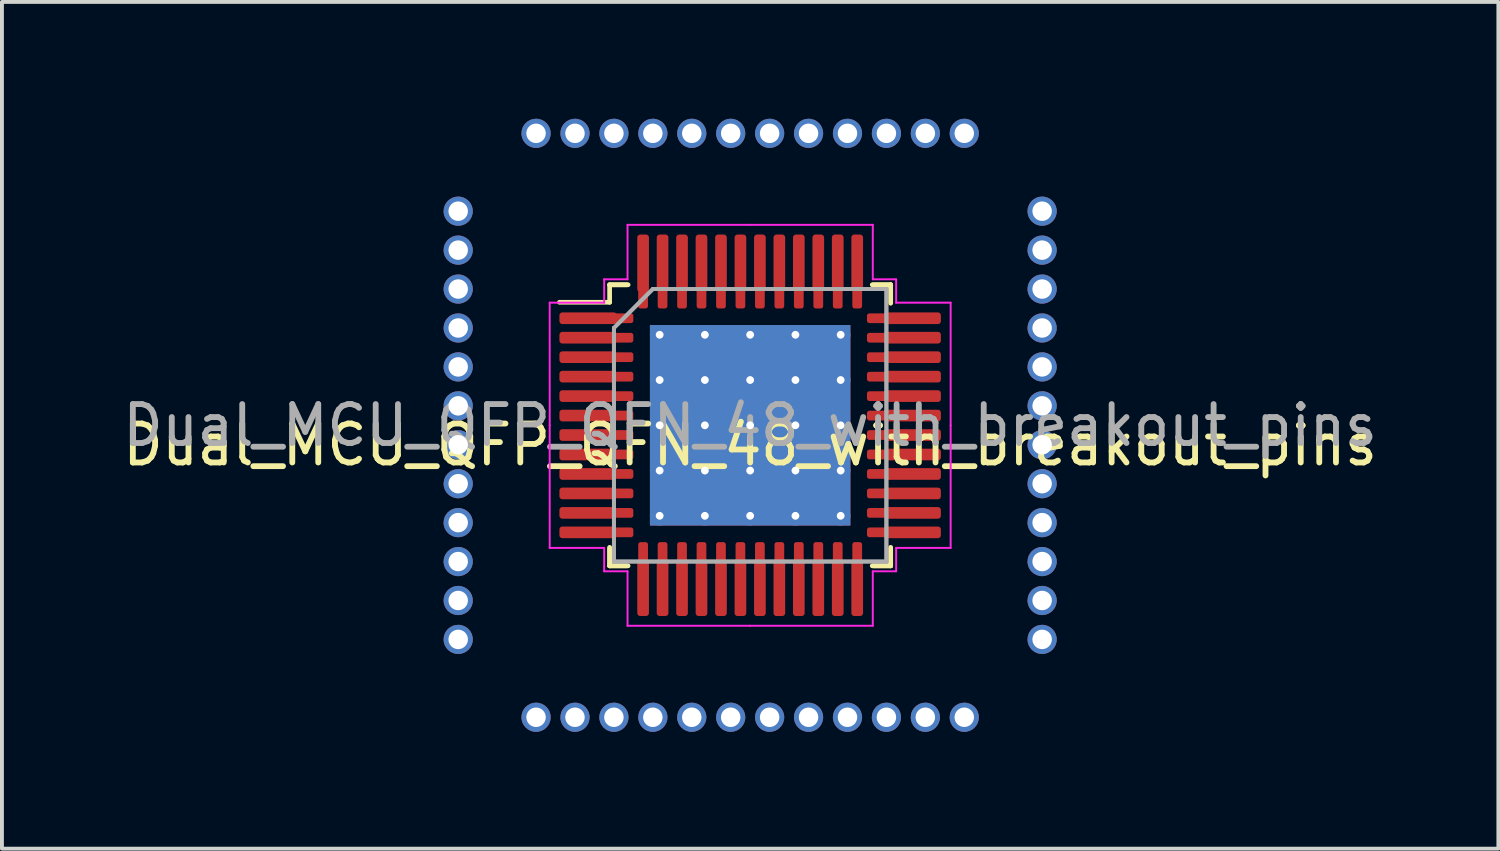
<source format=kicad_pcb>
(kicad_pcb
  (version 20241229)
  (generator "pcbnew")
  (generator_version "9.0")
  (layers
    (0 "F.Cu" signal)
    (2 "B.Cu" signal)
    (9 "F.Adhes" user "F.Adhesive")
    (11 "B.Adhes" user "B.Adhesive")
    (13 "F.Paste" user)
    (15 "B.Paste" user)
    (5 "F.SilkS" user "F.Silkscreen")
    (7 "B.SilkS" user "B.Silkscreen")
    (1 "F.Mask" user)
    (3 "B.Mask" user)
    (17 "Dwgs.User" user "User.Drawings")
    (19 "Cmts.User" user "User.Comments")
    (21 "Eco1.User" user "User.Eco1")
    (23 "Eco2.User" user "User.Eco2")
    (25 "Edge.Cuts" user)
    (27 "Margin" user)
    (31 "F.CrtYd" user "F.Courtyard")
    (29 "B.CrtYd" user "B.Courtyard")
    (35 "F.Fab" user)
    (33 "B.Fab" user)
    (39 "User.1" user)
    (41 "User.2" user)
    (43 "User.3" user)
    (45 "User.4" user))
  (footprint "Dual_MCU_QFP_QFN_48_with_breakout_pins"
    (layer "F.Cu")
    (at 16.22 7.875)
    (property "Reference" "Dual_MCU_QFP_QFN_48_with_breakout_pins" (at 0 0.5 0) (layer "F.SilkS") (effects (font (size 1 1) (thickness 0.15))))
    (attr through_hole)
    (fp_line (start -3.61 -3.61) (end -3.61 -3.16) (stroke (width 0.12) (type solid)) (layer "F.SilkS"))
    (fp_line (start -3.61 -3.16) (end -4.9 -3.16) (stroke (width 0.12) (type solid)) (layer "F.SilkS"))
    (fp_line (start -3.61 3.61) (end -3.61 3.135) (stroke (width 0.12) (type solid)) (layer "F.SilkS"))
    (fp_line (start -3.61 3.61) (end -3.61 3.16) (stroke (width 0.12) (type solid)) (layer "F.SilkS"))
    (fp_line (start -3.16 -3.61) (end -3.61 -3.61) (stroke (width 0.12) (type solid)) (layer "F.SilkS"))
    (fp_line (start -3.16 3.61) (end -3.61 3.61) (stroke (width 0.12) (type solid)) (layer "F.SilkS"))
    (fp_line (start -3.135 -3.61) (end -3.61 -3.61) (stroke (width 0.12) (type solid)) (layer "F.SilkS"))
    (fp_line (start -3.135 3.61) (end -3.61 3.61) (stroke (width 0.12) (type solid)) (layer "F.SilkS"))
    (fp_line (start 3.135 -3.61) (end 3.61 -3.61) (stroke (width 0.12) (type solid)) (layer "F.SilkS"))
    (fp_line (start 3.135 3.61) (end 3.61 3.61) (stroke (width 0.12) (type solid)) (layer "F.SilkS"))
    (fp_line (start 3.16 -3.61) (end 3.61 -3.61) (stroke (width 0.12) (type solid)) (layer "F.SilkS"))
    (fp_line (start 3.16 3.61) (end 3.61 3.61) (stroke (width 0.12) (type solid)) (layer "F.SilkS"))
    (fp_line (start 3.61 -3.61) (end 3.61 -3.16) (stroke (width 0.12) (type solid)) (layer "F.SilkS"))
    (fp_line (start 3.61 -3.61) (end 3.61 -3.135) (stroke (width 0.12) (type solid)) (layer "F.SilkS"))
    (fp_line (start 3.61 3.61) (end 3.61 3.135) (stroke (width 0.12) (type solid)) (layer "F.SilkS"))
    (fp_line (start 3.61 3.61) (end 3.61 3.16) (stroke (width 0.12) (type solid)) (layer "F.SilkS"))
    (fp_line (start -5.15 -3.15) (end -5.15 0) (stroke (width 0.05) (type solid)) (layer "F.CrtYd"))
    (fp_line (start -5.15 3.15) (end -5.15 0) (stroke (width 0.05) (type solid)) (layer "F.CrtYd"))
    (fp_line (start -3.75 -3.75) (end -3.75 -3.15) (stroke (width 0.05) (type solid)) (layer "F.CrtYd"))
    (fp_line (start -3.75 -3.15) (end -5.15 -3.15) (stroke (width 0.05) (type solid)) (layer "F.CrtYd"))
    (fp_line (start -3.75 3.15) (end -5.15 3.15) (stroke (width 0.05) (type solid)) (layer "F.CrtYd"))
    (fp_line (start -3.75 3.75) (end -3.75 3.15) (stroke (width 0.05) (type solid)) (layer "F.CrtYd"))
    (fp_line (start -3.15 -5.15) (end -3.15 -3.75) (stroke (width 0.05) (type solid)) (layer "F.CrtYd"))
    (fp_line (start -3.15 -3.75) (end -3.75 -3.75) (stroke (width 0.05) (type solid)) (layer "F.CrtYd"))
    (fp_line (start -3.15 3.75) (end -3.75 3.75) (stroke (width 0.05) (type solid)) (layer "F.CrtYd"))
    (fp_line (start -3.15 5.15) (end -3.15 3.75) (stroke (width 0.05) (type solid)) (layer "F.CrtYd"))
    (fp_line (start 0 -5.15) (end -3.15 -5.15) (stroke (width 0.05) (type solid)) (layer "F.CrtYd"))
    (fp_line (start 0 -5.15) (end 3.15 -5.15) (stroke (width 0.05) (type solid)) (layer "F.CrtYd"))
    (fp_line (start 0 5.15) (end -3.15 5.15) (stroke (width 0.05) (type solid)) (layer "F.CrtYd"))
    (fp_line (start 0 5.15) (end 3.15 5.15) (stroke (width 0.05) (type solid)) (layer "F.CrtYd"))
    (fp_line (start 3.15 -5.15) (end 3.15 -3.75) (stroke (width 0.05) (type solid)) (layer "F.CrtYd"))
    (fp_line (start 3.15 -3.75) (end 3.75 -3.75) (stroke (width 0.05) (type solid)) (layer "F.CrtYd"))
    (fp_line (start 3.15 3.75) (end 3.75 3.75) (stroke (width 0.05) (type solid)) (layer "F.CrtYd"))
    (fp_line (start 3.15 5.15) (end 3.15 3.75) (stroke (width 0.05) (type solid)) (layer "F.CrtYd"))
    (fp_line (start 3.75 -3.75) (end 3.75 -3.15) (stroke (width 0.05) (type solid)) (layer "F.CrtYd"))
    (fp_line (start 3.75 -3.15) (end 5.15 -3.15) (stroke (width 0.05) (type solid)) (layer "F.CrtYd"))
    (fp_line (start 3.75 3.15) (end 5.15 3.15) (stroke (width 0.05) (type solid)) (layer "F.CrtYd"))
    (fp_line (start 3.75 3.75) (end 3.75 3.15) (stroke (width 0.05) (type solid)) (layer "F.CrtYd"))
    (fp_line (start 5.15 -3.15) (end 5.15 0) (stroke (width 0.05) (type solid)) (layer "F.CrtYd"))
    (fp_line (start 5.15 3.15) (end 5.15 0) (stroke (width 0.05) (type solid)) (layer "F.CrtYd"))
    (fp_line (start -3.5 -2.5) (end -2.5 -3.5) (stroke (width 0.1) (type solid)) (layer "F.Fab"))
    (fp_line (start -3.5 -2.5) (end -2.5 -3.5) (stroke (width 0.1) (type solid)) (layer "F.Fab"))
    (fp_line (start -3.5 3.5) (end -3.5 -2.5) (stroke (width 0.1) (type solid)) (layer "F.Fab"))
    (fp_line (start -3.5 3.5) (end -3.5 -2.5) (stroke (width 0.1) (type solid)) (layer "F.Fab"))
    (fp_line (start -2.5 -3.5) (end 3.5 -3.5) (stroke (width 0.1) (type solid)) (layer "F.Fab"))
    (fp_line (start -2.5 -3.5) (end 3.5 -3.5) (stroke (width 0.1) (type solid)) (layer "F.Fab"))
    (fp_line (start 3.5 -3.5) (end 3.5 3.5) (stroke (width 0.1) (type solid)) (layer "F.Fab"))
    (fp_line (start 3.5 -3.5) (end 3.5 3.5) (stroke (width 0.1) (type solid)) (layer "F.Fab"))
    (fp_line (start 3.5 3.5) (end -3.5 3.5) (stroke (width 0.1) (type solid)) (layer "F.Fab"))
    (fp_line (start 3.5 3.5) (end -3.5 3.5) (stroke (width 0.1) (type solid)) (layer "F.Fab"))
    (fp_text user "${REFERENCE}" (at 0 0 0) (layer "F.Fab") (effects (font (size 1 1) (thickness 0.15))))
    (pad "" smd roundrect (at -1.744 -1.744) (size 0.997 0.997) (layers "F.Paste") (roundrect_rratio 0.25))
    (pad "" smd roundrect (at -1.744 -0.581) (size 0.997 0.997) (layers "F.Paste") (roundrect_rratio 0.25))
    (pad "" smd roundrect (at -1.744 0.581) (size 0.997 0.997) (layers "F.Paste") (roundrect_rratio 0.25))
    (pad "" smd roundrect (at -1.744 1.744) (size 0.997 0.997) (layers "F.Paste") (roundrect_rratio 0.25))
    (pad "" smd roundrect (at -0.581 -1.744) (size 0.997 0.997) (layers "F.Paste") (roundrect_rratio 0.25))
    (pad "" smd roundrect (at -0.581 -0.581) (size 0.997 0.997) (layers "F.Paste") (roundrect_rratio 0.25))
    (pad "" smd roundrect (at -0.581 0.581) (size 0.997 0.997) (layers "F.Paste") (roundrect_rratio 0.25))
    (pad "" smd roundrect (at -0.581 1.744) (size 0.997 0.997) (layers "F.Paste") (roundrect_rratio 0.25))
    (pad "" smd roundrect (at 0.581 -1.744) (size 0.997 0.997) (layers "F.Paste") (roundrect_rratio 0.25))
    (pad "" smd roundrect (at 0.581 -0.581) (size 0.997 0.997) (layers "F.Paste") (roundrect_rratio 0.25))
    (pad "" smd roundrect (at 0.581 0.581) (size 0.997 0.997) (layers "F.Paste") (roundrect_rratio 0.25))
    (pad "" smd roundrect (at 0.581 1.744) (size 0.997 0.997) (layers "F.Paste") (roundrect_rratio 0.25))
    (pad "" smd roundrect (at 1.744 -1.744) (size 0.997 0.997) (layers "F.Paste") (roundrect_rratio 0.25))
    (pad "" smd roundrect (at 1.744 -0.581) (size 0.997 0.997) (layers "F.Paste") (roundrect_rratio 0.25))
    (pad "" smd roundrect (at 1.744 0.581) (size 0.997 0.997) (layers "F.Paste") (roundrect_rratio 0.25))
    (pad "" smd roundrect (at 1.744 1.744) (size 0.997 0.997) (layers "F.Paste") (roundrect_rratio 0.25))
    (pad "1" thru_hole circle (at -7.5 -5.5 270) (size 0.75 0.75) (drill 0.5) (layers "*.Cu" "*.Mask"))
    (pad "1" smd roundrect (at -4.162 -2.75) (size 1.475 0.3) (layers "F.Cu" "F.Mask" "F.Paste") (roundrect_rratio 0.25))
    (pad "1" smd roundrect (at -3.438 -2.75) (size 0.875 0.25) (layers "F.Cu" "F.Mask" "F.Paste") (roundrect_rratio 0.25))
    (pad "2" thru_hole circle (at -7.5 -4.5 270) (size 0.75 0.75) (drill 0.5) (layers "*.Cu" "*.Mask"))
    (pad "2" smd roundrect (at -4.162 -2.25) (size 1.475 0.3) (layers "F.Cu" "F.Mask" "F.Paste") (roundrect_rratio 0.25))
    (pad "2" smd roundrect (at -3.438 -2.25) (size 0.875 0.25) (layers "F.Cu" "F.Mask" "F.Paste") (roundrect_rratio 0.25))
    (pad "3" thru_hole circle (at -7.5 -3.5 270) (size 0.75 0.75) (drill 0.5) (layers "*.Cu" "*.Mask"))
    (pad "3" smd roundrect (at -4.162 -1.75) (size 1.475 0.3) (layers "F.Cu" "F.Mask" "F.Paste") (roundrect_rratio 0.25))
    (pad "3" smd roundrect (at -3.438 -1.75) (size 0.875 0.25) (layers "F.Cu" "F.Mask" "F.Paste") (roundrect_rratio 0.25))
    (pad "4" thru_hole circle (at -7.5 -2.5 270) (size 0.75 0.75) (drill 0.5) (layers "*.Cu" "*.Mask"))
    (pad "4" smd roundrect (at -4.162 -1.25) (size 1.475 0.3) (layers "F.Cu" "F.Mask" "F.Paste") (roundrect_rratio 0.25))
    (pad "4" smd roundrect (at -3.438 -1.25) (size 0.875 0.25) (layers "F.Cu" "F.Mask" "F.Paste") (roundrect_rratio 0.25))
    (pad "5" thru_hole circle (at -7.5 -1.5 270) (size 0.75 0.75) (drill 0.5) (layers "*.Cu" "*.Mask"))
    (pad "5" smd roundrect (at -4.162 -0.75) (size 1.475 0.3) (layers "F.Cu" "F.Mask" "F.Paste") (roundrect_rratio 0.25))
    (pad "5" smd roundrect (at -3.438 -0.75) (size 0.875 0.25) (layers "F.Cu" "F.Mask" "F.Paste") (roundrect_rratio 0.25))
    (pad "6" thru_hole circle (at -7.5 -0.5 270) (size 0.75 0.75) (drill 0.5) (layers "*.Cu" "*.Mask"))
    (pad "6" smd roundrect (at -4.162 -0.25) (size 1.475 0.3) (layers "F.Cu" "F.Mask" "F.Paste") (roundrect_rratio 0.25))
    (pad "6" smd roundrect (at -3.438 -0.25) (size 0.875 0.25) (layers "F.Cu" "F.Mask" "F.Paste") (roundrect_rratio 0.25))
    (pad "7" thru_hole circle (at -7.5 0.5 270) (size 0.75 0.75) (drill 0.5) (layers "*.Cu" "*.Mask"))
    (pad "7" smd roundrect (at -4.162 0.25) (size 1.475 0.3) (layers "F.Cu" "F.Mask" "F.Paste") (roundrect_rratio 0.25))
    (pad "7" smd roundrect (at -3.438 0.25) (size 0.875 0.25) (layers "F.Cu" "F.Mask" "F.Paste") (roundrect_rratio 0.25))
    (pad "8" thru_hole circle (at -7.5 1.5 270) (size 0.75 0.75) (drill 0.5) (layers "*.Cu" "*.Mask"))
    (pad "8" smd roundrect (at -4.162 0.75) (size 1.475 0.3) (layers "F.Cu" "F.Mask" "F.Paste") (roundrect_rratio 0.25))
    (pad "8" smd roundrect (at -3.438 0.75) (size 0.875 0.25) (layers "F.Cu" "F.Mask" "F.Paste") (roundrect_rratio 0.25))
    (pad "9" thru_hole circle (at -7.5 2.5 270) (size 0.75 0.75) (drill 0.5) (layers "*.Cu" "*.Mask"))
    (pad "9" smd roundrect (at -4.162 1.25) (size 1.475 0.3) (layers "F.Cu" "F.Mask" "F.Paste") (roundrect_rratio 0.25))
    (pad "9" smd roundrect (at -3.438 1.25) (size 0.875 0.25) (layers "F.Cu" "F.Mask" "F.Paste") (roundrect_rratio 0.25))
    (pad "10" thru_hole circle (at -7.5 3.5 270) (size 0.75 0.75) (drill 0.5) (layers "*.Cu" "*.Mask"))
    (pad "10" smd roundrect (at -4.162 1.75) (size 1.475 0.3) (layers "F.Cu" "F.Mask" "F.Paste") (roundrect_rratio 0.25))
    (pad "10" smd roundrect (at -3.438 1.75) (size 0.875 0.25) (layers "F.Cu" "F.Mask" "F.Paste") (roundrect_rratio 0.25))
    (pad "11" thru_hole circle (at -7.5 4.5 270) (size 0.75 0.75) (drill 0.5) (layers "*.Cu" "*.Mask"))
    (pad "11" smd roundrect (at -4.162 2.25) (size 1.475 0.3) (layers "F.Cu" "F.Mask" "F.Paste") (roundrect_rratio 0.25))
    (pad "11" smd roundrect (at -3.438 2.25) (size 0.875 0.25) (layers "F.Cu" "F.Mask" "F.Paste") (roundrect_rratio 0.25))
    (pad "12" thru_hole circle (at -7.5 5.5 270) (size 0.75 0.75) (drill 0.5) (layers "*.Cu" "*.Mask"))
    (pad "12" smd roundrect (at -4.162 2.75) (size 1.475 0.3) (layers "F.Cu" "F.Mask" "F.Paste") (roundrect_rratio 0.25))
    (pad "12" smd roundrect (at -3.438 2.75) (size 0.875 0.25) (layers "F.Cu" "F.Mask" "F.Paste") (roundrect_rratio 0.25))
    (pad "13" thru_hole circle (at -5.5 7.5 270) (size 0.75 0.75) (drill 0.5) (layers "*.Cu" "*.Mask"))
    (pad "13" smd roundrect (at -2.75 3.438) (size 0.25 0.875) (layers "F.Cu" "F.Mask" "F.Paste") (roundrect_rratio 0.25))
    (pad "13" smd roundrect (at -2.75 4.162) (size 0.3 1.475) (layers "F.Cu" "F.Mask" "F.Paste") (roundrect_rratio 0.25))
    (pad "14" thru_hole circle (at -4.5 7.5 270) (size 0.75 0.75) (drill 0.5) (layers "*.Cu" "*.Mask"))
    (pad "14" smd roundrect (at -2.25 3.438) (size 0.25 0.875) (layers "F.Cu" "F.Mask" "F.Paste") (roundrect_rratio 0.25))
    (pad "14" smd roundrect (at -2.25 4.162) (size 0.3 1.475) (layers "F.Cu" "F.Mask" "F.Paste") (roundrect_rratio 0.25))
    (pad "15" thru_hole circle (at -3.5 7.5 270) (size 0.75 0.75) (drill 0.5) (layers "*.Cu" "*.Mask"))
    (pad "15" smd roundrect (at -1.75 3.438) (size 0.25 0.875) (layers "F.Cu" "F.Mask" "F.Paste") (roundrect_rratio 0.25))
    (pad "15" smd roundrect (at -1.75 4.162) (size 0.3 1.475) (layers "F.Cu" "F.Mask" "F.Paste") (roundrect_rratio 0.25))
    (pad "16" thru_hole circle (at -2.5 7.5 270) (size 0.75 0.75) (drill 0.5) (layers "*.Cu" "*.Mask"))
    (pad "16" smd roundrect (at -1.25 3.438) (size 0.25 0.875) (layers "F.Cu" "F.Mask" "F.Paste") (roundrect_rratio 0.25))
    (pad "16" smd roundrect (at -1.25 4.162) (size 0.3 1.475) (layers "F.Cu" "F.Mask" "F.Paste") (roundrect_rratio 0.25))
    (pad "17" thru_hole circle (at -1.5 7.5 270) (size 0.75 0.75) (drill 0.5) (layers "*.Cu" "*.Mask"))
    (pad "17" smd roundrect (at -0.75 3.438) (size 0.25 0.875) (layers "F.Cu" "F.Mask" "F.Paste") (roundrect_rratio 0.25))
    (pad "17" smd roundrect (at -0.75 4.162) (size 0.3 1.475) (layers "F.Cu" "F.Mask" "F.Paste") (roundrect_rratio 0.25))
    (pad "18" thru_hole circle (at -0.5 7.5 270) (size 0.75 0.75) (drill 0.5) (layers "*.Cu" "*.Mask"))
    (pad "18" smd roundrect (at -0.25 3.438) (size 0.25 0.875) (layers "F.Cu" "F.Mask" "F.Paste") (roundrect_rratio 0.25))
    (pad "18" smd roundrect (at -0.25 4.162) (size 0.3 1.475) (layers "F.Cu" "F.Mask" "F.Paste") (roundrect_rratio 0.25))
    (pad "19" smd roundrect (at 0.25 3.438) (size 0.25 0.875) (layers "F.Cu" "F.Mask" "F.Paste") (roundrect_rratio 0.25))
    (pad "19" smd roundrect (at 0.25 4.162) (size 0.3 1.475) (layers "F.Cu" "F.Mask" "F.Paste") (roundrect_rratio 0.25))
    (pad "19" thru_hole circle (at 0.5 7.5 270) (size 0.75 0.75) (drill 0.5) (layers "*.Cu" "*.Mask"))
    (pad "20" smd roundrect (at 0.75 3.438) (size 0.25 0.875) (layers "F.Cu" "F.Mask" "F.Paste") (roundrect_rratio 0.25))
    (pad "20" smd roundrect (at 0.75 4.162) (size 0.3 1.475) (layers "F.Cu" "F.Mask" "F.Paste") (roundrect_rratio 0.25))
    (pad "20" thru_hole circle (at 1.5 7.5 270) (size 0.75 0.75) (drill 0.5) (layers "*.Cu" "*.Mask"))
    (pad "21" smd roundrect (at 1.25 3.438) (size 0.25 0.875) (layers "F.Cu" "F.Mask" "F.Paste") (roundrect_rratio 0.25))
    (pad "21" smd roundrect (at 1.25 4.162) (size 0.3 1.475) (layers "F.Cu" "F.Mask" "F.Paste") (roundrect_rratio 0.25))
    (pad "21" thru_hole circle (at 2.5 7.5 270) (size 0.75 0.75) (drill 0.5) (layers "*.Cu" "*.Mask"))
    (pad "22" smd roundrect (at 1.75 3.438) (size 0.25 0.875) (layers "F.Cu" "F.Mask" "F.Paste") (roundrect_rratio 0.25))
    (pad "22" smd roundrect (at 1.75 4.162) (size 0.3 1.475) (layers "F.Cu" "F.Mask" "F.Paste") (roundrect_rratio 0.25))
    (pad "22" thru_hole circle (at 3.5 7.5 270) (size 0.75 0.75) (drill 0.5) (layers "*.Cu" "*.Mask"))
    (pad "23" smd roundrect (at 2.25 3.438) (size 0.25 0.875) (layers "F.Cu" "F.Mask" "F.Paste") (roundrect_rratio 0.25))
    (pad "23" smd roundrect (at 2.25 4.162) (size 0.3 1.475) (layers "F.Cu" "F.Mask" "F.Paste") (roundrect_rratio 0.25))
    (pad "23" thru_hole circle (at 4.5 7.5 270) (size 0.75 0.75) (drill 0.5) (layers "*.Cu" "*.Mask"))
    (pad "24" smd roundrect (at 2.75 3.438) (size 0.25 0.875) (layers "F.Cu" "F.Mask" "F.Paste") (roundrect_rratio 0.25))
    (pad "24" smd roundrect (at 2.75 4.162) (size 0.3 1.475) (layers "F.Cu" "F.Mask" "F.Paste") (roundrect_rratio 0.25))
    (pad "24" thru_hole circle (at 5.5 7.5 270) (size 0.75 0.75) (drill 0.5) (layers "*.Cu" "*.Mask"))
    (pad "25" smd roundrect (at 3.438 2.75) (size 0.875 0.25) (layers "F.Cu" "F.Mask" "F.Paste") (roundrect_rratio 0.25))
    (pad "25" smd roundrect (at 4.162 2.75) (size 1.475 0.3) (layers "F.Cu" "F.Mask" "F.Paste") (roundrect_rratio 0.25))
    (pad "25" thru_hole circle (at 7.5 5.5 270) (size 0.75 0.75) (drill 0.5) (layers "*.Cu" "*.Mask"))
    (pad "26" smd roundrect (at 3.438 2.25) (size 0.875 0.25) (layers "F.Cu" "F.Mask" "F.Paste") (roundrect_rratio 0.25))
    (pad "26" smd roundrect (at 4.162 2.25) (size 1.475 0.3) (layers "F.Cu" "F.Mask" "F.Paste") (roundrect_rratio 0.25))
    (pad "26" thru_hole circle (at 7.5 4.5 270) (size 0.75 0.75) (drill 0.5) (layers "*.Cu" "*.Mask"))
    (pad "27" smd roundrect (at 3.438 1.75) (size 0.875 0.25) (layers "F.Cu" "F.Mask" "F.Paste") (roundrect_rratio 0.25))
    (pad "27" smd roundrect (at 4.162 1.75) (size 1.475 0.3) (layers "F.Cu" "F.Mask" "F.Paste") (roundrect_rratio 0.25))
    (pad "27" thru_hole circle (at 7.5 3.5 270) (size 0.75 0.75) (drill 0.5) (layers "*.Cu" "*.Mask"))
    (pad "28" smd roundrect (at 3.438 1.25) (size 0.875 0.25) (layers "F.Cu" "F.Mask" "F.Paste") (roundrect_rratio 0.25))
    (pad "28" smd roundrect (at 4.162 1.25) (size 1.475 0.3) (layers "F.Cu" "F.Mask" "F.Paste") (roundrect_rratio 0.25))
    (pad "28" thru_hole circle (at 7.5 2.5 270) (size 0.75 0.75) (drill 0.5) (layers "*.Cu" "*.Mask"))
    (pad "29" smd roundrect (at 3.438 0.75) (size 0.875 0.25) (layers "F.Cu" "F.Mask" "F.Paste") (roundrect_rratio 0.25))
    (pad "29" smd roundrect (at 4.162 0.75) (size 1.475 0.3) (layers "F.Cu" "F.Mask" "F.Paste") (roundrect_rratio 0.25))
    (pad "29" thru_hole circle (at 7.5 1.5 270) (size 0.75 0.75) (drill 0.5) (layers "*.Cu" "*.Mask"))
    (pad "30" smd roundrect (at 3.438 0.25) (size 0.875 0.25) (layers "F.Cu" "F.Mask" "F.Paste") (roundrect_rratio 0.25))
    (pad "30" smd roundrect (at 4.162 0.25) (size 1.475 0.3) (layers "F.Cu" "F.Mask" "F.Paste") (roundrect_rratio 0.25))
    (pad "30" thru_hole circle (at 7.5 0.5 270) (size 0.75 0.75) (drill 0.5) (layers "*.Cu" "*.Mask"))
    (pad "31" smd roundrect (at 3.438 -0.25) (size 0.875 0.25) (layers "F.Cu" "F.Mask" "F.Paste") (roundrect_rratio 0.25))
    (pad "31" smd roundrect (at 4.162 -0.25) (size 1.475 0.3) (layers "F.Cu" "F.Mask" "F.Paste") (roundrect_rratio 0.25))
    (pad "31" thru_hole circle (at 7.5 -0.5 270) (size 0.75 0.75) (drill 0.5) (layers "*.Cu" "*.Mask"))
    (pad "32" smd roundrect (at 3.438 -0.75) (size 0.875 0.25) (layers "F.Cu" "F.Mask" "F.Paste") (roundrect_rratio 0.25))
    (pad "32" smd roundrect (at 4.162 -0.75) (size 1.475 0.3) (layers "F.Cu" "F.Mask" "F.Paste") (roundrect_rratio 0.25))
    (pad "32" thru_hole circle (at 7.5 -1.5 270) (size 0.75 0.75) (drill 0.5) (layers "*.Cu" "*.Mask"))
    (pad "33" smd roundrect (at 3.438 -1.25) (size 0.875 0.25) (layers "F.Cu" "F.Mask" "F.Paste") (roundrect_rratio 0.25))
    (pad "33" smd roundrect (at 4.162 -1.25) (size 1.475 0.3) (layers "F.Cu" "F.Mask" "F.Paste") (roundrect_rratio 0.25))
    (pad "33" thru_hole circle (at 7.5 -2.5 270) (size 0.75 0.75) (drill 0.5) (layers "*.Cu" "*.Mask"))
    (pad "34" smd roundrect (at 3.438 -1.75) (size 0.875 0.25) (layers "F.Cu" "F.Mask" "F.Paste") (roundrect_rratio 0.25))
    (pad "34" smd roundrect (at 4.162 -1.75) (size 1.475 0.3) (layers "F.Cu" "F.Mask" "F.Paste") (roundrect_rratio 0.25))
    (pad "34" thru_hole circle (at 7.5 -3.5 270) (size 0.75 0.75) (drill 0.5) (layers "*.Cu" "*.Mask"))
    (pad "35" smd roundrect (at 3.438 -2.25) (size 0.875 0.25) (layers "F.Cu" "F.Mask" "F.Paste") (roundrect_rratio 0.25))
    (pad "35" smd roundrect (at 4.162 -2.25) (size 1.475 0.3) (layers "F.Cu" "F.Mask" "F.Paste") (roundrect_rratio 0.25))
    (pad "35" thru_hole circle (at 7.5 -4.5 270) (size 0.75 0.75) (drill 0.5) (layers "*.Cu" "*.Mask"))
    (pad "36" smd roundrect (at 3.438 -2.75) (size 0.875 0.25) (layers "F.Cu" "F.Mask" "F.Paste") (roundrect_rratio 0.25))
    (pad "36" smd roundrect (at 4.162 -2.75) (size 1.475 0.3) (layers "F.Cu" "F.Mask" "F.Paste") (roundrect_rratio 0.25))
    (pad "36" thru_hole circle (at 7.5 -5.5 270) (size 0.75 0.75) (drill 0.5) (layers "*.Cu" "*.Mask"))
    (pad "37" smd roundrect (at 2.75 -4.162) (size 0.3 1.475) (layers "F.Cu" "F.Mask" "F.Paste") (roundrect_rratio 0.25))
    (pad "37" smd roundrect (at 2.75 -3.438) (size 0.25 0.875) (layers "F.Cu" "F.Mask" "F.Paste") (roundrect_rratio 0.25))
    (pad "37" thru_hole circle (at 5.5 -7.5 270) (size 0.75 0.75) (drill 0.5) (layers "*.Cu" "*.Mask"))
    (pad "38" smd roundrect (at 2.25 -4.162) (size 0.3 1.475) (layers "F.Cu" "F.Mask" "F.Paste") (roundrect_rratio 0.25))
    (pad "38" smd roundrect (at 2.25 -3.438) (size 0.25 0.875) (layers "F.Cu" "F.Mask" "F.Paste") (roundrect_rratio 0.25))
    (pad "38" thru_hole circle (at 4.5 -7.5 270) (size 0.75 0.75) (drill 0.5) (layers "*.Cu" "*.Mask"))
    (pad "39" smd roundrect (at 1.75 -4.162) (size 0.3 1.475) (layers "F.Cu" "F.Mask" "F.Paste") (roundrect_rratio 0.25))
    (pad "39" smd roundrect (at 1.75 -3.438) (size 0.25 0.875) (layers "F.Cu" "F.Mask" "F.Paste") (roundrect_rratio 0.25))
    (pad "39" thru_hole circle (at 3.5 -7.5 270) (size 0.75 0.75) (drill 0.5) (layers "*.Cu" "*.Mask"))
    (pad "40" smd roundrect (at 1.25 -4.162) (size 0.3 1.475) (layers "F.Cu" "F.Mask" "F.Paste") (roundrect_rratio 0.25))
    (pad "40" smd roundrect (at 1.25 -3.438) (size 0.25 0.875) (layers "F.Cu" "F.Mask" "F.Paste") (roundrect_rratio 0.25))
    (pad "40" thru_hole circle (at 2.5 -7.5 270) (size 0.75 0.75) (drill 0.5) (layers "*.Cu" "*.Mask"))
    (pad "41" smd roundrect (at 0.75 -4.162) (size 0.3 1.475) (layers "F.Cu" "F.Mask" "F.Paste") (roundrect_rratio 0.25))
    (pad "41" smd roundrect (at 0.75 -3.438) (size 0.25 0.875) (layers "F.Cu" "F.Mask" "F.Paste") (roundrect_rratio 0.25))
    (pad "41" thru_hole circle (at 1.5 -7.5 270) (size 0.75 0.75) (drill 0.5) (layers "*.Cu" "*.Mask"))
    (pad "42" smd roundrect (at 0.25 -4.162) (size 0.3 1.475) (layers "F.Cu" "F.Mask" "F.Paste") (roundrect_rratio 0.25))
    (pad "42" smd roundrect (at 0.25 -3.438) (size 0.25 0.875) (layers "F.Cu" "F.Mask" "F.Paste") (roundrect_rratio 0.25))
    (pad "42" thru_hole circle (at 0.5 -7.5 270) (size 0.75 0.75) (drill 0.5) (layers "*.Cu" "*.Mask"))
    (pad "43" thru_hole circle (at -0.5 -7.5 270) (size 0.75 0.75) (drill 0.5) (layers "*.Cu" "*.Mask"))
    (pad "43" smd roundrect (at -0.25 -4.162) (size 0.3 1.475) (layers "F.Cu" "F.Mask" "F.Paste") (roundrect_rratio 0.25))
    (pad "43" smd roundrect (at -0.25 -3.438) (size 0.25 0.875) (layers "F.Cu" "F.Mask" "F.Paste") (roundrect_rratio 0.25))
    (pad "44" thru_hole circle (at -1.5 -7.5 270) (size 0.75 0.75) (drill 0.5) (layers "*.Cu" "*.Mask"))
    (pad "44" smd roundrect (at -0.75 -4.162) (size 0.3 1.475) (layers "F.Cu" "F.Mask" "F.Paste") (roundrect_rratio 0.25))
    (pad "44" smd roundrect (at -0.75 -3.438) (size 0.25 0.875) (layers "F.Cu" "F.Mask" "F.Paste") (roundrect_rratio 0.25))
    (pad "45" thru_hole circle (at -2.5 -7.5 270) (size 0.75 0.75) (drill 0.5) (layers "*.Cu" "*.Mask"))
    (pad "45" smd roundrect (at -1.25 -4.162) (size 0.3 1.475) (layers "F.Cu" "F.Mask" "F.Paste") (roundrect_rratio 0.25))
    (pad "45" smd roundrect (at -1.25 -3.438) (size 0.25 0.875) (layers "F.Cu" "F.Mask" "F.Paste") (roundrect_rratio 0.25))
    (pad "46" thru_hole circle (at -3.5 -7.5 270) (size 0.75 0.75) (drill 0.5) (layers "*.Cu" "*.Mask"))
    (pad "46" smd roundrect (at -1.75 -4.162) (size 0.3 1.475) (layers "F.Cu" "F.Mask" "F.Paste") (roundrect_rratio 0.25))
    (pad "46" smd roundrect (at -1.75 -3.438) (size 0.25 0.875) (layers "F.Cu" "F.Mask" "F.Paste") (roundrect_rratio 0.25))
    (pad "47" thru_hole circle (at -4.5 -7.5 270) (size 0.75 0.75) (drill 0.5) (layers "*.Cu" "*.Mask"))
    (pad "47" smd roundrect (at -2.25 -4.162) (size 0.3 1.475) (layers "F.Cu" "F.Mask" "F.Paste") (roundrect_rratio 0.25))
    (pad "47" smd roundrect (at -2.25 -3.438) (size 0.25 0.875) (layers "F.Cu" "F.Mask" "F.Paste") (roundrect_rratio 0.25))
    (pad "48" thru_hole circle (at -5.5 -7.5 270) (size 0.75 0.75) (drill 0.5) (layers "*.Cu" "*.Mask"))
    (pad "48" smd roundrect (at -2.75 -4.162) (size 0.3 1.475) (layers "F.Cu" "F.Mask" "F.Paste") (roundrect_rratio 0.25))
    (pad "48" smd roundrect (at -2.75 -3.438) (size 0.25 0.875) (layers "F.Cu" "F.Mask" "F.Paste") (roundrect_rratio 0.25))
    (pad "49" thru_hole circle (at -2.325 -2.325) (size 0.5 0.5) (drill 0.2) (layers "*.Cu"))
    (pad "49" thru_hole circle (at -2.325 -1.163) (size 0.5 0.5) (drill 0.2) (layers "*.Cu"))
    (pad "49" thru_hole circle (at -2.325 0) (size 0.5 0.5) (drill 0.2) (layers "*.Cu"))
    (pad "49" thru_hole circle (at -2.325 1.163) (size 0.5 0.5) (drill 0.2) (layers "*.Cu"))
    (pad "49" thru_hole circle (at -2.325 2.325) (size 0.5 0.5) (drill 0.2) (layers "*.Cu"))
    (pad "49" thru_hole circle (at -1.163 -2.325) (size 0.5 0.5) (drill 0.2) (layers "*.Cu"))
    (pad "49" thru_hole circle (at -1.163 -1.163) (size 0.5 0.5) (drill 0.2) (layers "*.Cu"))
    (pad "49" thru_hole circle (at -1.163 0) (size 0.5 0.5) (drill 0.2) (layers "*.Cu"))
    (pad "49" thru_hole circle (at -1.163 1.163) (size 0.5 0.5) (drill 0.2) (layers "*.Cu"))
    (pad "49" thru_hole circle (at -1.163 2.325) (size 0.5 0.5) (drill 0.2) (layers "*.Cu"))
    (pad "49" thru_hole circle (at 0 -2.325) (size 0.5 0.5) (drill 0.2) (layers "*.Cu"))
    (pad "49" thru_hole circle (at 0 -1.163) (size 0.5 0.5) (drill 0.2) (layers "*.Cu"))
    (pad "49" thru_hole circle (at 0 0) (size 0.5 0.5) (drill 0.2) (layers "*.Cu"))
    (pad "49" smd rect (at 0 0) (size 5.15 5.15) (layers "F.Cu" "F.Mask"))
    (pad "49" smd rect (at 0 0) (size 5.15 5.15) (layers "B.Cu"))
    (pad "49" thru_hole circle (at 0 1.163) (size 0.5 0.5) (drill 0.2) (layers "*.Cu"))
    (pad "49" thru_hole circle (at 0 2.325) (size 0.5 0.5) (drill 0.2) (layers "*.Cu"))
    (pad "49" thru_hole circle (at 1.163 -2.325) (size 0.5 0.5) (drill 0.2) (layers "*.Cu"))
    (pad "49" thru_hole circle (at 1.163 -1.163) (size 0.5 0.5) (drill 0.2) (layers "*.Cu"))
    (pad "49" thru_hole circle (at 1.163 0) (size 0.5 0.5) (drill 0.2) (layers "*.Cu"))
    (pad "49" thru_hole circle (at 1.163 1.163) (size 0.5 0.5) (drill 0.2) (layers "*.Cu"))
    (pad "49" thru_hole circle (at 1.163 2.325) (size 0.5 0.5) (drill 0.2) (layers "*.Cu"))
    (pad "49" thru_hole circle (at 2.325 -2.325) (size 0.5 0.5) (drill 0.2) (layers "*.Cu"))
    (pad "49" thru_hole circle (at 2.325 -1.163) (size 0.5 0.5) (drill 0.2) (layers "*.Cu"))
    (pad "49" thru_hole circle (at 2.325 0) (size 0.5 0.5) (drill 0.2) (layers "*.Cu"))
    (pad "49" thru_hole circle (at 2.325 1.163) (size 0.5 0.5) (drill 0.2) (layers "*.Cu"))
    (pad "49" thru_hole circle (at 2.325 2.325) (size 0.5 0.5) (drill 0.2) (layers "*.Cu")))
  (gr_rect
    (start -3 -3)
    (end 35.44 18.75)
    (stroke (width 0.1) (type default))
    (fill no)
    (layer "Edge.Cuts")))
</source>
